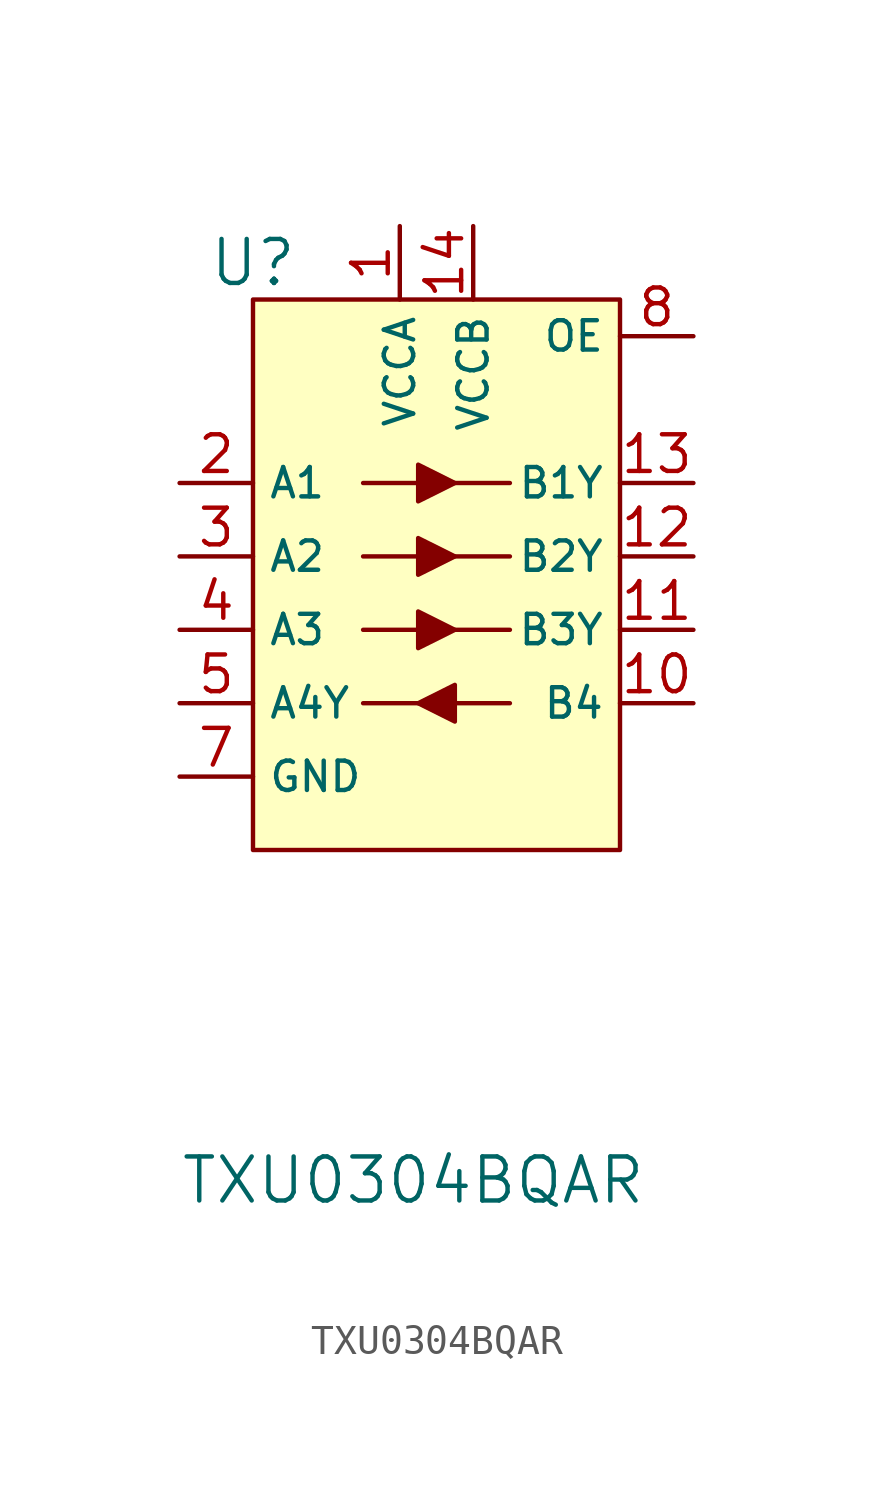
<source format=kicad_sym>
(kicad_symbol_lib
  (version 20211014)
  (generator kicad_symbol_editor)
  (symbol "TXU0304BQAR"
    (property "Reference" "U"
      (at -6.35 11.43 0)
      (effects (font (size 1.524 1.524))))
    (property "Value" "TXU0304BQAR"
      (at -8.89 -20.32 0)
      (effects (font (size 1.524 1.524)) (justify left)))
    (symbol "TXU0304BQAR_0_1"
      (rectangle (start -6.35 10.16) (end 6.35 -8.89) (stroke (width 0) (type default) (color 0 0 0 0)) (fill (type background)))
      (polyline (pts (xy -2.54 -3.81) (xy 2.54 -3.81)) (stroke (width 0) (type default) (color 0 0 0 0)) (fill (type none)))
      (polyline (pts (xy -2.54 1.27) (xy 2.54 1.27)) (stroke (width 0) (type default) (color 0 0 0 0)) (fill (type none)))
      (polyline (pts (xy 2.54 -1.27) (xy -2.54 -1.27)) (stroke (width 0) (type default) (color 0 0 0 0)) (fill (type none)))
      (polyline (pts (xy 2.54 3.81) (xy -2.54 3.81)) (stroke (width 0) (type default) (color 0 0 0 0)) (fill (type none)))
      (polyline (pts (xy -0.635 -3.81) (xy 0.635 -3.175) (xy 0.635 -4.445) (xy -0.635 -3.81)) (stroke (width 0) (type default) (color 0 0 0 0)) (fill (type outline)))
      (polyline (pts (xy -0.635 1.905) (xy -0.635 0.635) (xy 0.635 1.27) (xy -0.635 1.905)) (stroke (width 0) (type default) (color 0 0 0 0)) (fill (type outline)))
      (polyline (pts (xy -0.635 4.445) (xy -0.635 3.175) (xy 0.635 3.81) (xy -0.635 4.445)) (stroke (width 0) (type default) (color 0 0 0 0)) (fill (type outline)))
      (polyline (pts (xy 0.635 -1.27) (xy -0.635 -1.905) (xy -0.635 -0.635) (xy 0.635 -1.27)) (stroke (width 0) (type default) (color 0 0 0 0)) (fill (type outline))))
    (symbol "TXU0304BQAR_1_1"
      (pin power_in line (at -1.27 12.7 270) (length 2.54) (name "VCCA" (effects (font (size 1.016 1.016)))) (number "1" (effects (font (size 1.27 1.27)))))
      (pin bidirectional line (at 8.89 -3.81 180) (length 2.54) (name "B4" (effects (font (size 1.016 1.016)))) (number "10" (effects (font (size 1.27 1.27)))))
      (pin bidirectional line (at 8.89 -1.27 180) (length 2.54) (name "B3Y" (effects (font (size 1.016 1.016)))) (number "11" (effects (font (size 1.27 1.27)))))
      (pin bidirectional line (at 8.89 1.27 180) (length 2.54) (name "B2Y" (effects (font (size 1.016 1.016)))) (number "12" (effects (font (size 1.27 1.27)))))
      (pin bidirectional line (at 8.89 3.81 180) (length 2.54) (name "B1Y" (effects (font (size 1.016 1.016)))) (number "13" (effects (font (size 1.27 1.27)))))
      (pin power_in line (at 1.27 12.7 270) (length 2.54) (name "VCCB" (effects (font (size 1.016 1.016)))) (number "14" (effects (font (size 1.27 1.27)))))
      (pin power_in line (at -8.89 -6.35 0) (length 2.54) hide (name "GND" (effects (font (size 1.016 1.016)))) (number "15" (effects (font (size 1.27 1.27)))))
      (pin bidirectional line (at -8.89 3.81 0) (length 2.54) (name "A1" (effects (font (size 1.016 1.016)))) (number "2" (effects (font (size 1.27 1.27)))))
      (pin bidirectional line (at -8.89 1.27 0) (length 2.54) (name "A2" (effects (font (size 1.016 1.016)))) (number "3" (effects (font (size 1.27 1.27)))))
      (pin bidirectional line (at -8.89 -1.27 0) (length 2.54) (name "A3" (effects (font (size 1.016 1.016)))) (number "4" (effects (font (size 1.27 1.27)))))
      (pin bidirectional line (at -8.89 -3.81 0) (length 2.54) (name "A4Y" (effects (font (size 1.016 1.016)))) (number "5" (effects (font (size 1.27 1.27)))))
      (pin no_connect line (at 6.35 6.35 180) (length 2.54) hide (name "NC" (effects (font (size 1.016 1.016)))) (number "6" (effects (font (size 1.27 1.27)))))
      (pin power_in line (at -8.89 -6.35 0) (length 2.54) (name "GND" (effects (font (size 1.016 1.016)))) (number "7" (effects (font (size 1.27 1.27)))))
      (pin tri_state line (at 8.89 8.89 180) (length 2.54) (name "OE" (effects (font (size 1.016 1.016)))) (number "8" (effects (font (size 1.27 1.27)))))
      (pin no_connect line (at 6.35 -6.35 180) (length 2.54) hide (name "NC" (effects (font (size 1.016 1.016)))) (number "9" (effects (font (size 1.27 1.27))))))))
</source>
